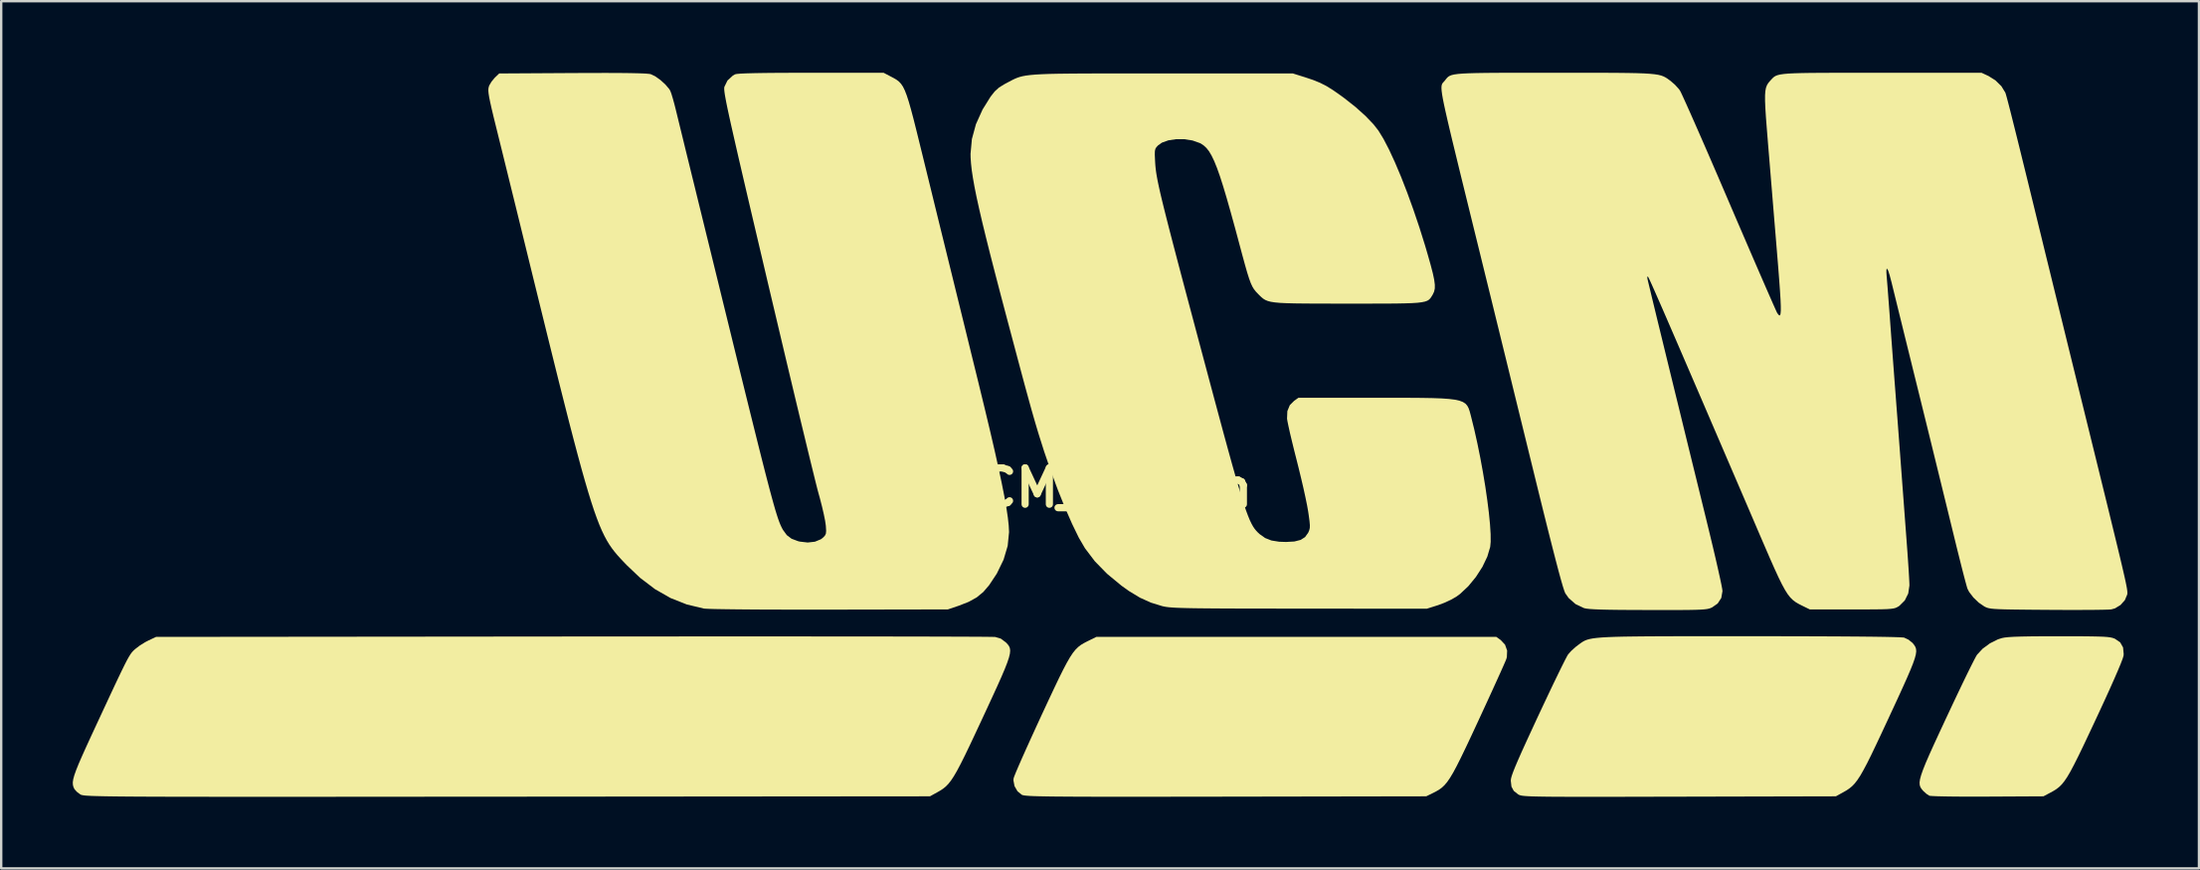
<source format=kicad_pcb>
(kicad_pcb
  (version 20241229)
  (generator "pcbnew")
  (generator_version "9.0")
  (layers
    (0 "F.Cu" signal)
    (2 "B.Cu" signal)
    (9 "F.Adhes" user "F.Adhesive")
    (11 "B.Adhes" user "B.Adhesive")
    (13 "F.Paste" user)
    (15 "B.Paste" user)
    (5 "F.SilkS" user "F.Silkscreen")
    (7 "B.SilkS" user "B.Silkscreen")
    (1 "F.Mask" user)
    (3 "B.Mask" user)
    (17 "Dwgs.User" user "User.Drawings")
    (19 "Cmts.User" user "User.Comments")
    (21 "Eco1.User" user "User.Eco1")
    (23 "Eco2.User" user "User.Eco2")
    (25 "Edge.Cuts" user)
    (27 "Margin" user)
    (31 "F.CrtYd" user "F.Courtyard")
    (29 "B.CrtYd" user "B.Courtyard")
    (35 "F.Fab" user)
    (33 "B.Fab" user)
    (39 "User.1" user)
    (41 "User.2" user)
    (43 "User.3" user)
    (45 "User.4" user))
  (footprint "UCM_30mm"
    (layer "F.Cu")
    (at 42.913 17.394)
    (property "Reference" "UCM_30mm" (at 0 0 0) (layer "F.SilkS") (effects (font (size 1.524 1.524) (thickness 0.3))))
    (attr board_only exclude_from_pos_files exclude_from_bom)
    (fp_poly (pts (xy 16.917 6.382) (xy 17.096 6.575) (xy 17.184 6.822) (xy 17.172 7.096) (xy 17.148 7.181) (xy 17.108 7.278) (xy 17.025 7.468) (xy 16.904 7.739) (xy 16.75 8.079) (xy 16.569 8.477) (xy 16.366 8.92) (xy 16.146 9.397) (xy 15.98 9.756) (xy 15.698 10.363) (xy 15.457 10.874) (xy 15.252 11.299) (xy 15.077 11.648) (xy 14.926 11.93) (xy 14.793 12.153) (xy 14.672 12.329) (xy 14.557 12.465) (xy 14.442 12.572) (xy 14.322 12.658) (xy 14.19 12.734) (xy 14.082 12.789) (xy 13.794 12.93) (xy 5.414 12.944) (xy 4.258 12.946) (xy 3.211 12.947) (xy 2.269 12.948) (xy 1.425 12.948) (xy 0.675 12.948) (xy 0.012 12.948) (xy -0.57 12.946) (xy -1.074 12.944) (xy -1.508 12.941) (xy -1.876 12.938) (xy -2.184 12.933) (xy -2.438 12.928) (xy -2.644 12.922) (xy -2.805 12.915) (xy -2.929 12.906) (xy -3.021 12.897) (xy -3.086 12.886) (xy -3.13 12.875) (xy -3.149 12.867) (xy -3.332 12.718) (xy -3.457 12.501) (xy -3.502 12.26) (xy -3.495 12.178) (xy -3.465 12.088) (xy -3.391 11.905) (xy -3.278 11.641) (xy -3.131 11.305) (xy -2.955 10.911) (xy -2.754 10.468) (xy -2.535 9.988) (xy -2.323 9.528) (xy -2.038 8.916) (xy -1.795 8.399) (xy -1.589 7.968) (xy -1.413 7.614) (xy -1.262 7.328) (xy -1.13 7.1) (xy -1.012 6.921) (xy -0.9 6.782) (xy -0.79 6.673) (xy -0.676 6.585) (xy -0.551 6.51) (xy -0.411 6.437) (xy -0.372 6.418) (xy -0.029 6.249) (xy 16.732 6.249)) (stroke (width 0) (type solid)) (fill yes) (layer "F.SilkS"))
    (fp_poly (pts (xy 40.316 6.222) (xy 40.869 6.222) (xy 41.32 6.224) (xy 41.68 6.228) (xy 41.962 6.234) (xy 42.177 6.242) (xy 42.339 6.254) (xy 42.458 6.27) (xy 42.549 6.29) (xy 42.622 6.316) (xy 42.655 6.33) (xy 42.87 6.479) (xy 42.99 6.691) (xy 43.016 6.969) (xy 43.009 7.042) (xy 42.976 7.154) (xy 42.897 7.362) (xy 42.774 7.658) (xy 42.61 8.035) (xy 42.409 8.486) (xy 42.174 9.001) (xy 41.908 9.575) (xy 41.847 9.705) (xy 41.562 10.313) (xy 41.32 10.825) (xy 41.114 11.251) (xy 40.938 11.601) (xy 40.788 11.884) (xy 40.656 12.11) (xy 40.537 12.287) (xy 40.426 12.426) (xy 40.316 12.535) (xy 40.202 12.624) (xy 40.078 12.703) (xy 39.943 12.777) (xy 39.655 12.93) (xy 37.322 12.942) (xy 36.811 12.944) (xy 36.333 12.943) (xy 35.901 12.94) (xy 35.528 12.935) (xy 35.226 12.928) (xy 35.01 12.919) (xy 34.891 12.909) (xy 34.875 12.906) (xy 34.757 12.83) (xy 34.626 12.713) (xy 34.615 12.702) (xy 34.55 12.625) (xy 34.5 12.547) (xy 34.471 12.459) (xy 34.464 12.35) (xy 34.483 12.212) (xy 34.531 12.036) (xy 34.61 11.811) (xy 34.723 11.529) (xy 34.874 11.181) (xy 35.065 10.757) (xy 35.3 10.248) (xy 35.581 9.644) (xy 35.593 9.619) (xy 35.827 9.12) (xy 36.051 8.646) (xy 36.26 8.209) (xy 36.448 7.821) (xy 36.61 7.493) (xy 36.739 7.238) (xy 36.83 7.066) (xy 36.871 6.998) (xy 37.104 6.745) (xy 37.41 6.52) (xy 37.745 6.352) (xy 37.91 6.299) (xy 38.027 6.276) (xy 38.195 6.258) (xy 38.425 6.244) (xy 38.727 6.234) (xy 39.111 6.227) (xy 39.587 6.223) (xy 40.166 6.222)) (stroke (width 0) (type solid)) (fill yes) (layer "F.SilkS"))
    (fp_poly (pts (xy 26.87 6.221) (xy 27.333 6.221) (xy 28.457 6.221) (xy 29.478 6.223) (xy 30.395 6.226) (xy 31.206 6.23) (xy 31.911 6.235) (xy 32.507 6.241) (xy 32.995 6.248) (xy 33.372 6.256) (xy 33.636 6.265) (xy 33.788 6.275) (xy 33.82 6.28) (xy 34.002 6.366) (xy 34.166 6.499) (xy 34.18 6.514) (xy 34.241 6.592) (xy 34.288 6.669) (xy 34.316 6.754) (xy 34.324 6.856) (xy 34.307 6.986) (xy 34.263 7.153) (xy 34.189 7.365) (xy 34.082 7.633) (xy 33.939 7.965) (xy 33.757 8.371) (xy 33.533 8.861) (xy 33.263 9.443) (xy 33.19 9.601) (xy 32.902 10.219) (xy 32.656 10.742) (xy 32.447 11.179) (xy 32.268 11.539) (xy 32.113 11.831) (xy 31.979 12.065) (xy 31.857 12.25) (xy 31.744 12.395) (xy 31.633 12.51) (xy 31.518 12.604) (xy 31.395 12.686) (xy 31.266 12.76) (xy 30.958 12.93) (xy 24.392 12.945) (xy 23.383 12.947) (xy 22.482 12.949) (xy 21.684 12.951) (xy 20.982 12.951) (xy 20.37 12.951) (xy 19.841 12.951) (xy 19.388 12.949) (xy 19.006 12.947) (xy 18.688 12.943) (xy 18.427 12.938) (xy 18.217 12.933) (xy 18.053 12.925) (xy 17.926 12.917) (xy 17.832 12.907) (xy 17.763 12.895) (xy 17.713 12.881) (xy 17.676 12.866) (xy 17.645 12.849) (xy 17.643 12.847) (xy 17.461 12.702) (xy 17.365 12.524) (xy 17.337 12.277) (xy 17.337 12.267) (xy 17.346 12.188) (xy 17.376 12.074) (xy 17.432 11.915) (xy 17.516 11.703) (xy 17.632 11.43) (xy 17.783 11.087) (xy 17.974 10.666) (xy 18.209 10.157) (xy 18.467 9.599) (xy 18.702 9.098) (xy 18.926 8.624) (xy 19.134 8.187) (xy 19.321 7.801) (xy 19.481 7.474) (xy 19.608 7.221) (xy 19.698 7.05) (xy 19.74 6.98) (xy 19.871 6.834) (xy 20.048 6.674) (xy 20.15 6.595) (xy 20.227 6.538) (xy 20.298 6.487) (xy 20.368 6.442) (xy 20.445 6.402) (xy 20.535 6.367) (xy 20.645 6.337) (xy 20.781 6.311) (xy 20.95 6.29) (xy 21.158 6.272) (xy 21.413 6.258) (xy 21.72 6.246) (xy 22.086 6.237) (xy 22.519 6.231) (xy 23.024 6.226) (xy 23.608 6.223) (xy 24.279 6.221) (xy 25.041 6.221) (xy 25.903 6.221)) (stroke (width 0) (type solid)) (fill yes) (layer "F.SilkS"))
    (fp_poly (pts (xy -14.011 6.229) (xy -12.836 6.229) (xy -11.718 6.23) (xy -10.659 6.23) (xy -9.665 6.231) (xy -8.74 6.232) (xy -7.888 6.234) (xy -7.115 6.235) (xy -6.425 6.237) (xy -5.821 6.239) (xy -5.31 6.241) (xy -4.895 6.243) (xy -4.58 6.246) (xy -4.371 6.249) (xy -4.272 6.251) (xy -4.266 6.252) (xy -4.029 6.322) (xy -3.824 6.475) (xy -3.812 6.486) (xy -3.741 6.561) (xy -3.686 6.637) (xy -3.651 6.721) (xy -3.638 6.823) (xy -3.65 6.952) (xy -3.69 7.118) (xy -3.761 7.33) (xy -3.865 7.596) (xy -4.006 7.927) (xy -4.186 8.33) (xy -4.409 8.816) (xy -4.676 9.393) (xy -4.794 9.647) (xy -5.081 10.261) (xy -5.325 10.78) (xy -5.533 11.212) (xy -5.711 11.568) (xy -5.863 11.856) (xy -5.997 12.086) (xy -6.117 12.268) (xy -6.229 12.41) (xy -6.339 12.522) (xy -6.453 12.614) (xy -6.576 12.694) (xy -6.689 12.759) (xy -6.998 12.93) (xy -24.709 12.945) (xy -26.402 12.946) (xy -27.983 12.947) (xy -29.457 12.948) (xy -30.827 12.949) (xy -32.097 12.95) (xy -33.271 12.951) (xy -34.353 12.951) (xy -35.347 12.951) (xy -36.256 12.951) (xy -37.084 12.95) (xy -37.836 12.949) (xy -38.514 12.948) (xy -39.124 12.947) (xy -39.668 12.945) (xy -40.15 12.943) (xy -40.575 12.94) (xy -40.945 12.937) (xy -41.266 12.933) (xy -41.54 12.929) (xy -41.772 12.924) (xy -41.966 12.919) (xy -42.125 12.914) (xy -42.253 12.907) (xy -42.353 12.901) (xy -42.431 12.893) (xy -42.489 12.885) (xy -42.532 12.877) (xy -42.563 12.867) (xy -42.586 12.857) (xy -42.603 12.847) (xy -42.744 12.741) (xy -42.842 12.631) (xy -42.848 12.62) (xy -42.887 12.537) (xy -42.909 12.447) (xy -42.913 12.342) (xy -42.894 12.211) (xy -42.848 12.044) (xy -42.773 11.832) (xy -42.665 11.563) (xy -42.519 11.228) (xy -42.334 10.817) (xy -42.105 10.319) (xy -41.909 9.897) (xy -41.619 9.273) (xy -41.373 8.745) (xy -41.167 8.304) (xy -40.995 7.941) (xy -40.854 7.647) (xy -40.74 7.415) (xy -40.647 7.234) (xy -40.571 7.097) (xy -40.508 6.994) (xy -40.454 6.917) (xy -40.403 6.857) (xy -40.351 6.805) (xy -40.299 6.758) (xy -40.113 6.615) (xy -39.884 6.472) (xy -39.748 6.401) (xy -39.425 6.249) (xy -21.973 6.232) (xy -20.56 6.231) (xy -19.175 6.23) (xy -17.823 6.23) (xy -16.509 6.229) (xy -15.237 6.229)) (stroke (width 0) (type solid)) (fill yes) (layer "F.SilkS"))
    (fp_poly (pts (xy -8.633 -17.233) (xy -8.503 -17.164) (xy -8.392 -17.097) (xy -8.295 -17.022) (xy -8.209 -16.929) (xy -8.128 -16.808) (xy -8.051 -16.65) (xy -7.972 -16.445) (xy -7.887 -16.183) (xy -7.793 -15.854) (xy -7.686 -15.449) (xy -7.562 -14.957) (xy -7.417 -14.369) (xy -7.316 -13.959) (xy -7.153 -13.296) (xy -6.972 -12.559) (xy -6.781 -11.779) (xy -6.586 -10.985) (xy -6.395 -10.209) (xy -6.216 -9.481) (xy -6.056 -8.832) (xy -6.044 -8.783) (xy -5.893 -8.167) (xy -5.73 -7.505) (xy -5.562 -6.823) (xy -5.396 -6.147) (xy -5.238 -5.503) (xy -5.093 -4.915) (xy -4.969 -4.411) (xy -4.954 -4.349) (xy -4.702 -3.313) (xy -4.48 -2.384) (xy -4.288 -1.555) (xy -4.125 -0.823) (xy -3.989 -0.181) (xy -3.879 0.374) (xy -3.795 0.849) (xy -3.736 1.247) (xy -3.7 1.574) (xy -3.686 1.835) (xy -3.686 1.862) (xy -3.743 2.434) (xy -3.915 3.013) (xy -4.199 3.597) (xy -4.517 4.077) (xy -4.763 4.365) (xy -5.041 4.594) (xy -5.38 4.781) (xy -5.788 4.941) (xy -6.249 5.097) (xy -11.202 5.106) (xy -11.99 5.107) (xy -12.741 5.106) (xy -13.447 5.104) (xy -14.1 5.102) (xy -14.691 5.098) (xy -15.212 5.093) (xy -15.655 5.087) (xy -16.012 5.081) (xy -16.274 5.073) (xy -16.434 5.065) (xy -16.471 5.061) (xy -17.189 4.889) (xy -17.868 4.62) (xy -18.518 4.249) (xy -19.145 3.772) (xy -19.703 3.242) (xy -19.844 3.095) (xy -19.975 2.955) (xy -20.098 2.819) (xy -20.214 2.68) (xy -20.325 2.535) (xy -20.432 2.38) (xy -20.536 2.208) (xy -20.639 2.017) (xy -20.743 1.8) (xy -20.849 1.554) (xy -20.957 1.274) (xy -21.071 0.955) (xy -21.19 0.593) (xy -21.317 0.183) (xy -21.453 -0.28) (xy -21.6 -0.799) (xy -21.758 -1.381) (xy -21.93 -2.029) (xy -22.117 -2.749) (xy -22.319 -3.544) (xy -22.54 -4.419) (xy -22.779 -5.38) (xy -23.039 -6.429) (xy -23.321 -7.574) (xy -23.627 -8.817) (xy -23.957 -10.163) (xy -24.247 -11.346) (xy -24.377 -11.875) (xy -24.521 -12.459) (xy -24.67 -13.064) (xy -24.816 -13.655) (xy -24.949 -14.196) (xy -25.035 -14.543) (xy -25.169 -15.085) (xy -25.278 -15.526) (xy -25.362 -15.879) (xy -25.424 -16.156) (xy -25.467 -16.368) (xy -25.492 -16.527) (xy -25.502 -16.644) (xy -25.499 -16.731) (xy -25.485 -16.801) (xy -25.463 -16.864) (xy -25.372 -17.019) (xy -25.242 -17.177) (xy -25.219 -17.2) (xy -25.047 -17.365) (xy -21.984 -17.383) (xy -21.213 -17.386) (xy -20.552 -17.387) (xy -19.999 -17.385) (xy -19.548 -17.38) (xy -19.196 -17.372) (xy -18.938 -17.362) (xy -18.769 -17.348) (xy -18.699 -17.336) (xy -18.508 -17.245) (xy -18.291 -17.09) (xy -18.085 -16.903) (xy -17.926 -16.715) (xy -17.883 -16.645) (xy -17.837 -16.527) (xy -17.776 -16.327) (xy -17.707 -16.078) (xy -17.66 -15.893) (xy -17.612 -15.697) (xy -17.541 -15.406) (xy -17.451 -15.038) (xy -17.346 -14.61) (xy -17.231 -14.138) (xy -17.108 -13.639) (xy -16.991 -13.161) (xy -16.862 -12.639) (xy -16.713 -12.03) (xy -16.548 -11.359) (xy -16.374 -10.649) (xy -16.196 -9.927) (xy -16.022 -9.216) (xy -15.856 -8.541) (xy -15.782 -8.236) (xy -15.484 -7.024) (xy -15.213 -5.918) (xy -14.966 -4.914) (xy -14.742 -4.006) (xy -14.54 -3.189) (xy -14.358 -2.457) (xy -14.196 -1.807) (xy -14.051 -1.231) (xy -13.923 -0.726) (xy -13.809 -0.286) (xy -13.709 0.095) (xy -13.621 0.421) (xy -13.544 0.698) (xy -13.477 0.931) (xy -13.417 1.126) (xy -13.365 1.286) (xy -13.317 1.419) (xy -13.274 1.528) (xy -13.233 1.619) (xy -13.194 1.698) (xy -13.158 1.763) (xy -12.996 1.985) (xy -12.797 2.135) (xy -12.525 2.237) (xy -12.45 2.255) (xy -12.122 2.293) (xy -11.819 2.259) (xy -11.57 2.157) (xy -11.488 2.095) (xy -11.404 2.009) (xy -11.361 1.925) (xy -11.349 1.807) (xy -11.36 1.617) (xy -11.365 1.565) (xy -11.393 1.375) (xy -11.448 1.104) (xy -11.523 0.782) (xy -11.611 0.439) (xy -11.661 0.259) (xy -11.706 0.093) (xy -11.775 -0.178) (xy -11.866 -0.546) (xy -11.979 -1.005) (xy -12.111 -1.547) (xy -12.26 -2.164) (xy -12.426 -2.85) (xy -12.605 -3.596) (xy -12.796 -4.396) (xy -12.998 -5.243) (xy -13.208 -6.129) (xy -13.425 -7.046) (xy -13.648 -7.988) (xy -13.798 -8.623) (xy -14.059 -9.734) (xy -14.295 -10.738) (xy -14.507 -11.64) (xy -14.696 -12.448) (xy -14.863 -13.165) (xy -15.01 -13.797) (xy -15.137 -14.351) (xy -15.246 -14.831) (xy -15.339 -15.242) (xy -15.416 -15.591) (xy -15.479 -15.883) (xy -15.528 -16.123) (xy -15.565 -16.318) (xy -15.592 -16.471) (xy -15.609 -16.589) (xy -15.618 -16.678) (xy -15.62 -16.742) (xy -15.616 -16.788) (xy -15.612 -16.805) (xy -15.483 -17.07) (xy -15.257 -17.277) (xy -15.166 -17.329) (xy -15.091 -17.345) (xy -14.93 -17.359) (xy -14.68 -17.37) (xy -14.335 -17.379) (xy -13.891 -17.386) (xy -13.345 -17.391) (xy -12.692 -17.393) (xy -11.99 -17.394) (xy -8.941 -17.394)) (stroke (width 0) (type solid)) (fill yes) (layer "F.SilkS"))
    (fp_poly (pts (xy 2.303 -17.365) (xy 2.736 -17.365) (xy 8.207 -17.365) (xy 8.715 -17.206) (xy 9.055 -17.092) (xy 9.343 -16.975) (xy 9.611 -16.839) (xy 9.89 -16.666) (xy 10.212 -16.44) (xy 10.358 -16.333) (xy 10.838 -15.954) (xy 11.252 -15.582) (xy 11.587 -15.231) (xy 11.791 -14.97) (xy 12.003 -14.623) (xy 12.235 -14.177) (xy 12.481 -13.645) (xy 12.737 -13.04) (xy 12.996 -12.375) (xy 13.254 -11.663) (xy 13.506 -10.918) (xy 13.746 -10.152) (xy 13.855 -9.78) (xy 13.98 -9.339) (xy 14.07 -8.992) (xy 14.127 -8.722) (xy 14.154 -8.515) (xy 14.153 -8.353) (xy 14.124 -8.222) (xy 14.07 -8.105) (xy 14.056 -8.081) (xy 14.009 -8.004) (xy 13.964 -7.939) (xy 13.91 -7.885) (xy 13.839 -7.84) (xy 13.741 -7.805) (xy 13.607 -7.777) (xy 13.428 -7.755) (xy 13.194 -7.74) (xy 12.896 -7.73) (xy 12.525 -7.723) (xy 12.072 -7.72) (xy 11.527 -7.719) (xy 10.881 -7.719) (xy 10.5 -7.719) (xy 9.797 -7.719) (xy 9.199 -7.72) (xy 8.697 -7.723) (xy 8.281 -7.728) (xy 7.941 -7.737) (xy 7.668 -7.75) (xy 7.452 -7.77) (xy 7.283 -7.796) (xy 7.151 -7.831) (xy 7.048 -7.874) (xy 6.962 -7.927) (xy 6.884 -7.992) (xy 6.805 -8.068) (xy 6.749 -8.125) (xy 6.657 -8.221) (xy 6.579 -8.319) (xy 6.509 -8.434) (xy 6.442 -8.579) (xy 6.372 -8.77) (xy 6.293 -9.02) (xy 6.2 -9.345) (xy 6.087 -9.758) (xy 6.01 -10.046) (xy 5.797 -10.841) (xy 5.607 -11.531) (xy 5.438 -12.125) (xy 5.287 -12.631) (xy 5.151 -13.056) (xy 5.026 -13.407) (xy 4.91 -13.694) (xy 4.8 -13.923) (xy 4.693 -14.103) (xy 4.585 -14.241) (xy 4.473 -14.345) (xy 4.356 -14.424) (xy 4.306 -14.449) (xy 4.002 -14.556) (xy 3.662 -14.609) (xy 3.315 -14.611) (xy 2.992 -14.563) (xy 2.721 -14.466) (xy 2.561 -14.353) (xy 2.49 -14.278) (xy 2.446 -14.206) (xy 2.425 -14.11) (xy 2.421 -13.964) (xy 2.431 -13.74) (xy 2.437 -13.622) (xy 2.446 -13.498) (xy 2.459 -13.366) (xy 2.478 -13.222) (xy 2.505 -13.057) (xy 2.54 -12.867) (xy 2.587 -12.643) (xy 2.645 -12.381) (xy 2.718 -12.073) (xy 2.806 -11.714) (xy 2.911 -11.296) (xy 3.034 -10.814) (xy 3.177 -10.262) (xy 3.342 -9.632) (xy 3.53 -8.918) (xy 3.743 -8.114) (xy 3.983 -7.215) (xy 4.25 -6.212) (xy 4.348 -5.846) (xy 4.63 -4.791) (xy 4.884 -3.841) (xy 5.113 -2.99) (xy 5.317 -2.233) (xy 5.5 -1.564) (xy 5.663 -0.976) (xy 5.808 -0.464) (xy 5.937 -0.021) (xy 6.051 0.357) (xy 6.152 0.678) (xy 6.243 0.947) (xy 6.326 1.17) (xy 6.401 1.353) (xy 6.472 1.501) (xy 6.539 1.622) (xy 6.606 1.721) (xy 6.673 1.803) (xy 6.742 1.875) (xy 6.816 1.943) (xy 6.817 1.943) (xy 7.045 2.105) (xy 7.306 2.208) (xy 7.628 2.26) (xy 7.92 2.27) (xy 8.27 2.25) (xy 8.53 2.184) (xy 8.716 2.066) (xy 8.845 1.887) (xy 8.854 1.869) (xy 8.893 1.776) (xy 8.915 1.682) (xy 8.918 1.563) (xy 8.903 1.393) (xy 8.87 1.146) (xy 8.848 1) (xy 8.805 0.753) (xy 8.737 0.42) (xy 8.651 0.025) (xy 8.55 -0.407) (xy 8.442 -0.852) (xy 8.368 -1.146) (xy 8.264 -1.556) (xy 8.169 -1.945) (xy 8.086 -2.292) (xy 8.022 -2.581) (xy 7.979 -2.792) (xy 7.962 -2.897) (xy 7.975 -3.214) (xy 8.078 -3.464) (xy 8.258 -3.644) (xy 8.438 -3.773) (xy 11.634 -3.773) (xy 12.392 -3.773) (xy 13.042 -3.772) (xy 13.595 -3.768) (xy 14.058 -3.76) (xy 14.44 -3.746) (xy 14.749 -3.724) (xy 14.995 -3.693) (xy 15.186 -3.651) (xy 15.33 -3.597) (xy 15.436 -3.528) (xy 15.512 -3.443) (xy 15.567 -3.341) (xy 15.61 -3.219) (xy 15.649 -3.077) (xy 15.671 -2.992) (xy 15.807 -2.443) (xy 15.937 -1.86) (xy 16.059 -1.257) (xy 16.17 -0.65) (xy 16.269 -0.053) (xy 16.352 0.52) (xy 16.419 1.053) (xy 16.466 1.531) (xy 16.492 1.941) (xy 16.494 2.267) (xy 16.474 2.477) (xy 16.353 2.885) (xy 16.147 3.315) (xy 15.875 3.737) (xy 15.557 4.124) (xy 15.212 4.448) (xy 15.056 4.563) (xy 14.838 4.688) (xy 14.565 4.815) (xy 14.293 4.918) (xy 14.277 4.923) (xy 13.817 5.068) (xy 8.478 5.064) (xy 7.566 5.063) (xy 6.761 5.062) (xy 6.057 5.061) (xy 5.445 5.059) (xy 4.92 5.056) (xy 4.472 5.052) (xy 4.095 5.048) (xy 3.782 5.042) (xy 3.524 5.035) (xy 3.316 5.027) (xy 3.148 5.017) (xy 3.014 5.006) (xy 2.907 4.993) (xy 2.819 4.978) (xy 2.742 4.961) (xy 2.736 4.96) (xy 2.256 4.812) (xy 1.801 4.606) (xy 1.341 4.328) (xy 1.028 4.105) (xy 0.417 3.6) (xy -0.09 3.08) (xy -0.504 2.534) (xy -0.763 2.09) (xy -1.045 1.51) (xy -1.339 0.839) (xy -1.638 0.096) (xy -1.932 -0.697) (xy -2.214 -1.519) (xy -2.443 -2.242) (xy -2.515 -2.481) (xy -2.587 -2.724) (xy -2.661 -2.98) (xy -2.741 -3.26) (xy -2.828 -3.574) (xy -2.927 -3.933) (xy -3.04 -4.347) (xy -3.169 -4.827) (xy -3.318 -5.384) (xy -3.489 -6.027) (xy -3.686 -6.767) (xy -3.763 -7.056) (xy -4.03 -8.066) (xy -4.266 -8.972) (xy -4.474 -9.781) (xy -4.654 -10.501) (xy -4.809 -11.137) (xy -4.939 -11.697) (xy -5.047 -12.187) (xy -5.133 -12.615) (xy -5.199 -12.987) (xy -5.248 -13.31) (xy -5.279 -13.592) (xy -5.296 -13.838) (xy -5.299 -13.997) (xy -5.242 -14.616) (xy -5.073 -15.238) (xy -4.794 -15.856) (xy -4.46 -16.392) (xy -4.286 -16.613) (xy -4.107 -16.775) (xy -3.874 -16.919) (xy -3.819 -16.948) (xy -3.691 -17.016) (xy -3.578 -17.076) (xy -3.472 -17.129) (xy -3.366 -17.175) (xy -3.253 -17.215) (xy -3.124 -17.249) (xy -2.973 -17.277) (xy -2.792 -17.3) (xy -2.574 -17.319) (xy -2.31 -17.334) (xy -1.995 -17.346) (xy -1.62 -17.354) (xy -1.177 -17.359) (xy -0.66 -17.363) (xy -0.061 -17.365) (xy 0.627 -17.366) (xy 1.413 -17.366)) (stroke (width 0) (type solid)) (fill yes) (layer "F.SilkS"))
    (fp_poly (pts (xy 20.691 -17.394) (xy 21.301 -17.393) (xy 21.82 -17.39) (xy 22.257 -17.385) (xy 22.621 -17.378) (xy 22.92 -17.367) (xy 23.163 -17.352) (xy 23.357 -17.333) (xy 23.512 -17.309) (xy 23.635 -17.279) (xy 23.735 -17.242) (xy 23.82 -17.199) (xy 23.899 -17.149) (xy 23.98 -17.09) (xy 24.037 -17.048) (xy 24.215 -16.893) (xy 24.377 -16.715) (xy 24.421 -16.654) (xy 24.466 -16.569) (xy 24.552 -16.386) (xy 24.676 -16.113) (xy 24.835 -15.758) (xy 25.024 -15.331) (xy 25.24 -14.839) (xy 25.48 -14.29) (xy 25.739 -13.693) (xy 26.015 -13.055) (xy 26.303 -12.385) (xy 26.491 -11.947) (xy 26.784 -11.264) (xy 27.066 -10.61) (xy 27.332 -9.992) (xy 27.58 -9.418) (xy 27.806 -8.897) (xy 28.006 -8.437) (xy 28.177 -8.046) (xy 28.315 -7.731) (xy 28.418 -7.5) (xy 28.481 -7.362) (xy 28.5 -7.326) (xy 28.55 -7.256) (xy 28.59 -7.223) (xy 28.621 -7.236) (xy 28.64 -7.302) (xy 28.65 -7.428) (xy 28.649 -7.623) (xy 28.638 -7.894) (xy 28.616 -8.249) (xy 28.584 -8.695) (xy 28.542 -9.239) (xy 28.488 -9.891) (xy 28.486 -9.919) (xy 28.434 -10.554) (xy 28.377 -11.236) (xy 28.319 -11.94) (xy 28.262 -12.638) (xy 28.207 -13.305) (xy 28.157 -13.913) (xy 28.113 -14.437) (xy 28.108 -14.503) (xy 28.062 -15.074) (xy 28.026 -15.542) (xy 28.002 -15.92) (xy 27.99 -16.219) (xy 27.99 -16.451) (xy 28.003 -16.63) (xy 28.029 -16.767) (xy 28.069 -16.873) (xy 28.123 -16.962) (xy 28.192 -17.045) (xy 28.213 -17.068) (xy 28.269 -17.129) (xy 28.319 -17.181) (xy 28.373 -17.227) (xy 28.438 -17.265) (xy 28.523 -17.297) (xy 28.635 -17.323) (xy 28.783 -17.344) (xy 28.975 -17.361) (xy 29.219 -17.373) (xy 29.522 -17.382) (xy 29.894 -17.388) (xy 30.342 -17.391) (xy 30.875 -17.393) (xy 31.5 -17.394) (xy 32.226 -17.394) (xy 32.87 -17.394) (xy 37.063 -17.393) (xy 37.352 -17.259) (xy 37.645 -17.075) (xy 37.891 -16.833) (xy 38.056 -16.564) (xy 38.059 -16.556) (xy 38.084 -16.48) (xy 38.126 -16.328) (xy 38.187 -16.097) (xy 38.268 -15.782) (xy 38.369 -15.381) (xy 38.492 -14.89) (xy 38.637 -14.306) (xy 38.805 -13.624) (xy 38.998 -12.842) (xy 39.215 -11.956) (xy 39.457 -10.963) (xy 39.54 -10.627) (xy 39.637 -10.228) (xy 39.759 -9.728) (xy 39.904 -9.14) (xy 40.067 -8.473) (xy 40.247 -7.74) (xy 40.441 -6.952) (xy 40.645 -6.12) (xy 40.858 -5.255) (xy 41.076 -4.369) (xy 41.297 -3.473) (xy 41.471 -2.765) (xy 41.725 -1.733) (xy 41.953 -0.807) (xy 42.156 0.019) (xy 42.336 0.751) (xy 42.493 1.394) (xy 42.63 1.956) (xy 42.748 2.441) (xy 42.848 2.856) (xy 42.931 3.206) (xy 42.999 3.499) (xy 43.054 3.738) (xy 43.096 3.931) (xy 43.127 4.084) (xy 43.149 4.201) (xy 43.162 4.29) (xy 43.169 4.356) (xy 43.17 4.405) (xy 43.168 4.443) (xy 43.163 4.475) (xy 43.065 4.709) (xy 42.884 4.912) (xy 42.652 5.053) (xy 42.494 5.097) (xy 42.384 5.104) (xy 42.172 5.11) (xy 41.872 5.115) (xy 41.498 5.118) (xy 41.063 5.119) (xy 40.581 5.119) (xy 40.065 5.117) (xy 39.828 5.115) (xy 39.236 5.111) (xy 38.748 5.106) (xy 38.353 5.101) (xy 38.039 5.095) (xy 37.795 5.087) (xy 37.609 5.077) (xy 37.472 5.064) (xy 37.37 5.047) (xy 37.293 5.026) (xy 37.23 5) (xy 37.175 4.972) (xy 36.941 4.811) (xy 36.718 4.597) (xy 36.542 4.367) (xy 36.472 4.233) (xy 36.442 4.136) (xy 36.388 3.941) (xy 36.315 3.665) (xy 36.227 3.322) (xy 36.128 2.927) (xy 36.02 2.496) (xy 35.966 2.275) (xy 35.725 1.289) (xy 35.501 0.375) (xy 35.288 -0.494) (xy 35.08 -1.342) (xy 34.871 -2.194) (xy 34.654 -3.075) (xy 34.423 -4.012) (xy 34.172 -5.027) (xy 34.098 -5.328) (xy 33.957 -5.898) (xy 33.821 -6.449) (xy 33.693 -6.969) (xy 33.576 -7.444) (xy 33.474 -7.86) (xy 33.389 -8.205) (xy 33.325 -8.466) (xy 33.285 -8.63) (xy 33.282 -8.639) (xy 33.208 -8.92) (xy 33.148 -9.103) (xy 33.104 -9.183) (xy 33.078 -9.16) (xy 33.074 -9.028) (xy 33.085 -8.87) (xy 33.098 -8.712) (xy 33.119 -8.458) (xy 33.144 -8.129) (xy 33.173 -7.744) (xy 33.205 -7.323) (xy 33.235 -6.912) (xy 33.271 -6.419) (xy 33.31 -5.896) (xy 33.349 -5.372) (xy 33.386 -4.879) (xy 33.418 -4.451) (xy 33.435 -4.233) (xy 33.461 -3.893) (xy 33.493 -3.464) (xy 33.531 -2.97) (xy 33.571 -2.439) (xy 33.612 -1.894) (xy 33.652 -1.361) (xy 33.663 -1.21) (xy 33.705 -0.653) (xy 33.75 -0.048) (xy 33.797 0.573) (xy 33.842 1.179) (xy 33.884 1.738) (xy 33.92 2.217) (xy 33.923 2.262) (xy 33.955 2.689) (xy 33.983 3.093) (xy 34.007 3.455) (xy 34.025 3.758) (xy 34.036 3.98) (xy 34.039 4.097) (xy 33.989 4.43) (xy 33.845 4.72) (xy 33.621 4.944) (xy 33.581 4.971) (xy 33.52 5.006) (xy 33.455 5.035) (xy 33.374 5.056) (xy 33.262 5.072) (xy 33.107 5.084) (xy 32.894 5.091) (xy 32.61 5.095) (xy 32.242 5.097) (xy 31.777 5.097) (xy 31.62 5.097) (xy 29.864 5.097) (xy 29.539 4.938) (xy 29.395 4.864) (xy 29.268 4.789) (xy 29.154 4.702) (xy 29.045 4.594) (xy 28.937 4.455) (xy 28.823 4.275) (xy 28.698 4.045) (xy 28.555 3.755) (xy 28.389 3.395) (xy 28.194 2.955) (xy 27.965 2.425) (xy 27.776 1.987) (xy 27.207 0.66) (xy 26.681 -0.564) (xy 26.198 -1.688) (xy 25.756 -2.716) (xy 25.354 -3.652) (xy 24.989 -4.498) (xy 24.662 -5.257) (xy 24.37 -5.934) (xy 24.112 -6.53) (xy 23.887 -7.05) (xy 23.693 -7.497) (xy 23.528 -7.873) (xy 23.392 -8.183) (xy 23.283 -8.429) (xy 23.2 -8.614) (xy 23.14 -8.743) (xy 23.103 -8.817) (xy 23.089 -8.841) (xy 23.053 -8.849) (xy 23.063 -8.755) (xy 23.099 -8.603) (xy 23.161 -8.346) (xy 23.247 -7.988) (xy 23.357 -7.535) (xy 23.488 -6.994) (xy 23.641 -6.369) (xy 23.812 -5.667) (xy 24.001 -4.894) (xy 24.206 -4.054) (xy 24.427 -3.155) (xy 24.66 -2.201) (xy 24.906 -1.198) (xy 25.163 -0.152) (xy 25.429 0.931) (xy 25.551 1.429) (xy 25.683 1.973) (xy 25.807 2.489) (xy 25.919 2.966) (xy 26.016 3.391) (xy 26.096 3.752) (xy 26.157 4.037) (xy 26.194 4.234) (xy 26.206 4.329) (xy 26.156 4.617) (xy 26.005 4.849) (xy 25.772 5.012) (xy 25.709 5.04) (xy 25.641 5.063) (xy 25.554 5.081) (xy 25.438 5.095) (xy 25.283 5.106) (xy 25.075 5.114) (xy 24.806 5.119) (xy 24.462 5.122) (xy 24.033 5.123) (xy 23.508 5.123) (xy 23.092 5.122) (xy 22.45 5.12) (xy 21.913 5.117) (xy 21.473 5.111) (xy 21.12 5.103) (xy 20.847 5.092) (xy 20.642 5.079) (xy 20.497 5.062) (xy 20.403 5.042) (xy 20.402 5.041) (xy 20.05 4.874) (xy 19.761 4.62) (xy 19.619 4.419) (xy 19.58 4.322) (xy 19.52 4.136) (xy 19.439 3.857) (xy 19.337 3.483) (xy 19.213 3.011) (xy 19.066 2.439) (xy 18.895 1.764) (xy 18.7 0.984) (xy 18.481 0.096) (xy 18.316 -0.576) (xy 18.129 -1.338) (xy 17.943 -2.098) (xy 17.759 -2.846) (xy 17.582 -3.568) (xy 17.414 -4.253) (xy 17.258 -4.89) (xy 17.117 -5.466) (xy 16.993 -5.969) (xy 16.89 -6.389) (xy 16.811 -6.712) (xy 16.79 -6.796) (xy 16.673 -7.272) (xy 16.538 -7.824) (xy 16.392 -8.416) (xy 16.245 -9.013) (xy 16.106 -9.579) (xy 16.019 -9.935) (xy 15.768 -10.953) (xy 15.544 -11.865) (xy 15.344 -12.677) (xy 15.168 -13.395) (xy 15.015 -14.025) (xy 14.882 -14.573) (xy 14.769 -15.046) (xy 14.675 -15.449) (xy 14.598 -15.788) (xy 14.537 -16.07) (xy 14.491 -16.3) (xy 14.459 -16.484) (xy 14.44 -16.629) (xy 14.432 -16.74) (xy 14.434 -16.824) (xy 14.445 -16.887) (xy 14.463 -16.934) (xy 14.488 -16.971) (xy 14.519 -17.005) (xy 14.553 -17.042) (xy 14.578 -17.073) (xy 14.625 -17.133) (xy 14.669 -17.185) (xy 14.717 -17.229) (xy 14.78 -17.267) (xy 14.864 -17.299) (xy 14.977 -17.324) (xy 15.128 -17.345) (xy 15.324 -17.361) (xy 15.575 -17.373) (xy 15.887 -17.382) (xy 16.269 -17.388) (xy 16.729 -17.392) (xy 17.275 -17.393) (xy 17.915 -17.394) (xy 18.657 -17.394) (xy 19.169 -17.394) (xy 19.984 -17.394)) (stroke (width 0) (type solid)) (fill yes) (layer "F.SilkS")))
  (gr_rect
    (start -3 -3)
    (end 89.083 33.345)
    (stroke (width 0.1) (type default))
    (fill no)
    (layer "Edge.Cuts")))
</source>
